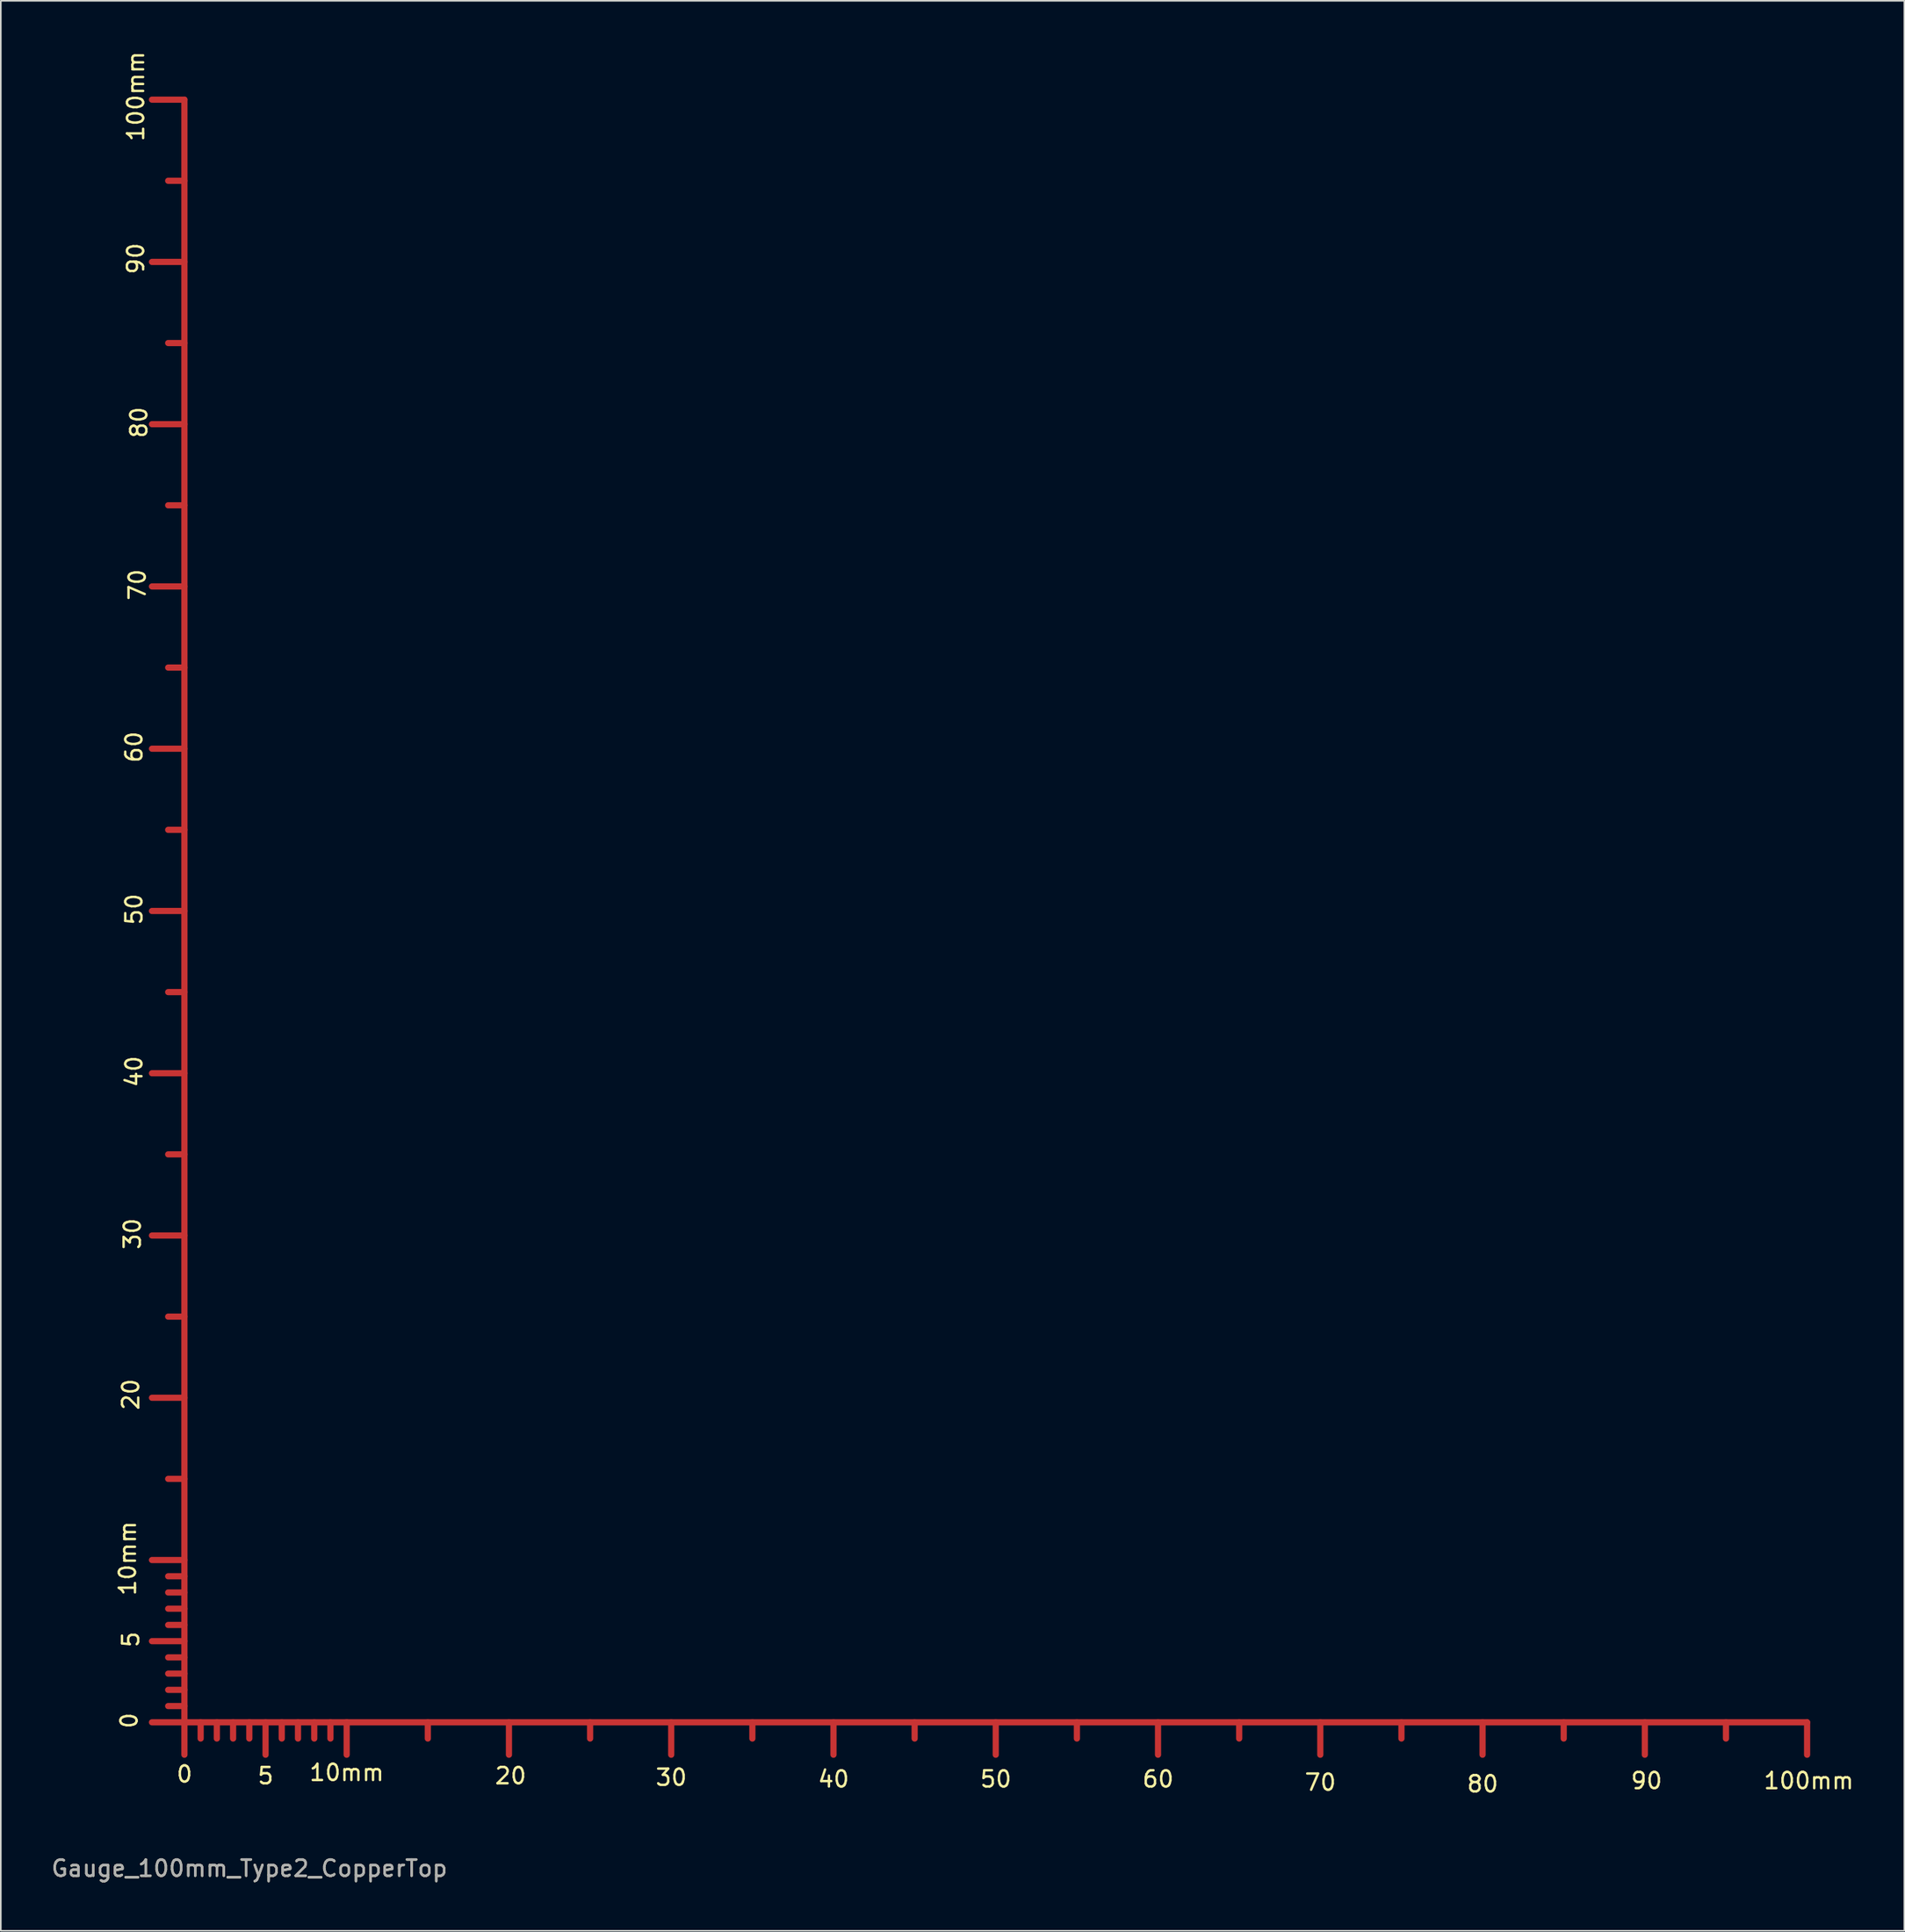
<source format=kicad_pcb>
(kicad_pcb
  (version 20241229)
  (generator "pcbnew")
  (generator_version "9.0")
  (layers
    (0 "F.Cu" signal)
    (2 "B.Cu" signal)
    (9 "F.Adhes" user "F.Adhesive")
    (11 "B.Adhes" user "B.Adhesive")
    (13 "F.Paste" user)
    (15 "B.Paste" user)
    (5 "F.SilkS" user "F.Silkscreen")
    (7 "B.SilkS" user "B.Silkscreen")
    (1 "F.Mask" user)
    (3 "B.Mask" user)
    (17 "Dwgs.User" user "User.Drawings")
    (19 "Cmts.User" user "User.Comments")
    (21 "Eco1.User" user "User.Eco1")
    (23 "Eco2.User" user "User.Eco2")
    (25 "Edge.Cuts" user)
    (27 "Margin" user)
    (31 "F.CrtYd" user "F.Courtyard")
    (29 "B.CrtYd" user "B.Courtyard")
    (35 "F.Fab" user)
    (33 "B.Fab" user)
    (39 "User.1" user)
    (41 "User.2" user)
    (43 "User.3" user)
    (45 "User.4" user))
  (footprint "Gauge_100mm_Type2_CopperTop"
    (layer "F.Cu")
    (at 8.315 103.092)
    (property "Reference" "Gauge_100mm_Type2_CopperTop" (at 4 8.999 0) (layer "F.SilkS") (effects (font (size 1 1) (thickness 0.15))))
    (attr exclude_from_pos_files exclude_from_bom)
    (fp_line (start 0 -100) (end -1.999 -100) (stroke (width 0.381) (type solid)) (layer "F.Cu"))
    (fp_line (start 0 -95.001) (end -1.001 -95.001) (stroke (width 0.381) (type solid)) (layer "F.Cu"))
    (fp_line (start 0 -90) (end -1.999 -90) (stroke (width 0.381) (type solid)) (layer "F.Cu"))
    (fp_line (start 0 -85.001) (end -1.001 -85.001) (stroke (width 0.381) (type solid)) (layer "F.Cu"))
    (fp_line (start 0 -80) (end -1.999 -80) (stroke (width 0.381) (type solid)) (layer "F.Cu"))
    (fp_line (start 0 -75.001) (end -1.001 -75.001) (stroke (width 0.381) (type solid)) (layer "F.Cu"))
    (fp_line (start 0 -70) (end -1.999 -70) (stroke (width 0.381) (type solid)) (layer "F.Cu"))
    (fp_line (start 0 -65.001) (end -1.001 -65.001) (stroke (width 0.381) (type solid)) (layer "F.Cu"))
    (fp_line (start 0 -60) (end -1.999 -60) (stroke (width 0.381) (type solid)) (layer "F.Cu"))
    (fp_line (start 0 -55.001) (end -1.001 -55.001) (stroke (width 0.381) (type solid)) (layer "F.Cu"))
    (fp_line (start 0 -50) (end -1.999 -50) (stroke (width 0.381) (type solid)) (layer "F.Cu"))
    (fp_line (start 0 -45.001) (end -1.001 -45.001) (stroke (width 0.381) (type solid)) (layer "F.Cu"))
    (fp_line (start 0 -40) (end -1.999 -40) (stroke (width 0.381) (type solid)) (layer "F.Cu"))
    (fp_line (start 0 -35.001) (end -1.001 -35.001) (stroke (width 0.381) (type solid)) (layer "F.Cu"))
    (fp_line (start 0 -30) (end -1.999 -30) (stroke (width 0.381) (type solid)) (layer "F.Cu"))
    (fp_line (start 0 -25.001) (end -1.001 -25.001) (stroke (width 0.381) (type solid)) (layer "F.Cu"))
    (fp_line (start 0 -20) (end -1.999 -20) (stroke (width 0.381) (type solid)) (layer "F.Cu"))
    (fp_line (start 0 -15.001) (end -1.001 -15.001) (stroke (width 0.381) (type solid)) (layer "F.Cu"))
    (fp_line (start 0 -10) (end -1.999 -10) (stroke (width 0.381) (type solid)) (layer "F.Cu"))
    (fp_line (start 0 -8.999) (end -1.001 -8.999) (stroke (width 0.381) (type solid)) (layer "F.Cu"))
    (fp_line (start 0 -8.001) (end -1.001 -8.001) (stroke (width 0.381) (type solid)) (layer "F.Cu"))
    (fp_line (start 0 -7) (end -1.001 -7) (stroke (width 0.381) (type solid)) (layer "F.Cu"))
    (fp_line (start 0 -5.999) (end -1.001 -5.999) (stroke (width 0.381) (type solid)) (layer "F.Cu"))
    (fp_line (start 0 -5.001) (end -1.999 -5.001) (stroke (width 0.381) (type solid)) (layer "F.Cu"))
    (fp_line (start 0 -4) (end -1.001 -4) (stroke (width 0.381) (type solid)) (layer "F.Cu"))
    (fp_line (start 0 -3) (end -1.001 -3) (stroke (width 0.381) (type solid)) (layer "F.Cu"))
    (fp_line (start 0 -1.999) (end -1.001 -1.999) (stroke (width 0.381) (type solid)) (layer "F.Cu"))
    (fp_line (start 0 -1.001) (end -1.001 -1.001) (stroke (width 0.381) (type solid)) (layer "F.Cu"))
    (fp_line (start 0 0) (end -1.999 0) (stroke (width 0.381) (type solid)) (layer "F.Cu"))
    (fp_line (start 0 0) (end 0 -100) (stroke (width 0.381) (type solid)) (layer "F.Cu"))
    (fp_line (start 0 0) (end 0 1.999) (stroke (width 0.381) (type solid)) (layer "F.Cu"))
    (fp_line (start 0 0) (end 10 0) (stroke (width 0.381) (type solid)) (layer "F.Cu"))
    (fp_line (start 1.001 0) (end 1.001 1.001) (stroke (width 0.381) (type solid)) (layer "F.Cu"))
    (fp_line (start 1.999 0) (end 1.999 1.001) (stroke (width 0.381) (type solid)) (layer "F.Cu"))
    (fp_line (start 3 0) (end 3 1.001) (stroke (width 0.381) (type solid)) (layer "F.Cu"))
    (fp_line (start 4 0) (end 4 1.001) (stroke (width 0.381) (type solid)) (layer "F.Cu"))
    (fp_line (start 5.001 0) (end 5.001 1.999) (stroke (width 0.381) (type solid)) (layer "F.Cu"))
    (fp_line (start 5.999 0) (end 5.999 1.001) (stroke (width 0.381) (type solid)) (layer "F.Cu"))
    (fp_line (start 7 0) (end 7 1.001) (stroke (width 0.381) (type solid)) (layer "F.Cu"))
    (fp_line (start 8.001 0) (end 8.001 1.001) (stroke (width 0.381) (type solid)) (layer "F.Cu"))
    (fp_line (start 8.999 0) (end 8.999 1.001) (stroke (width 0.381) (type solid)) (layer "F.Cu"))
    (fp_line (start 10 0) (end 10 1.999) (stroke (width 0.381) (type solid)) (layer "F.Cu"))
    (fp_line (start 10 0) (end 100 0) (stroke (width 0.381) (type solid)) (layer "F.Cu"))
    (fp_line (start 15.001 0) (end 15.001 1.001) (stroke (width 0.381) (type solid)) (layer "F.Cu"))
    (fp_line (start 20 0) (end 20 1.999) (stroke (width 0.381) (type solid)) (layer "F.Cu"))
    (fp_line (start 25.001 0) (end 25.001 1.001) (stroke (width 0.381) (type solid)) (layer "F.Cu"))
    (fp_line (start 30 0) (end 30 1.999) (stroke (width 0.381) (type solid)) (layer "F.Cu"))
    (fp_line (start 35.001 0) (end 35.001 1.001) (stroke (width 0.381) (type solid)) (layer "F.Cu"))
    (fp_line (start 40 0) (end 40 1.999) (stroke (width 0.381) (type solid)) (layer "F.Cu"))
    (fp_line (start 45.001 0) (end 45.001 1.001) (stroke (width 0.381) (type solid)) (layer "F.Cu"))
    (fp_line (start 50 0) (end 50 1.999) (stroke (width 0.381) (type solid)) (layer "F.Cu"))
    (fp_line (start 55.001 0) (end 55.001 1.001) (stroke (width 0.381) (type solid)) (layer "F.Cu"))
    (fp_line (start 60 0) (end 60 1.999) (stroke (width 0.381) (type solid)) (layer "F.Cu"))
    (fp_line (start 65.001 0) (end 65.001 1.001) (stroke (width 0.381) (type solid)) (layer "F.Cu"))
    (fp_line (start 70 0) (end 70 1.999) (stroke (width 0.381) (type solid)) (layer "F.Cu"))
    (fp_line (start 75.001 0) (end 75.001 1.001) (stroke (width 0.381) (type solid)) (layer "F.Cu"))
    (fp_line (start 80 0) (end 80 1.999) (stroke (width 0.381) (type solid)) (layer "F.Cu"))
    (fp_line (start 85.001 0) (end 85.001 1.001) (stroke (width 0.381) (type solid)) (layer "F.Cu"))
    (fp_line (start 90 0) (end 90 1.999) (stroke (width 0.381) (type solid)) (layer "F.Cu"))
    (fp_line (start 95.001 0) (end 95.001 1.001) (stroke (width 0.381) (type solid)) (layer "F.Cu"))
    (fp_line (start 100 0) (end 100 1.999) (stroke (width 0.381) (type solid)) (layer "F.Cu"))
    (fp_text user "40" (at -3.101 -40.104 90) (layer "F.SilkS") (effects (font (size 1 1) (thickness 0.15))))
    (fp_text user "60" (at 60.005 3.5 0) (layer "F.SilkS") (effects (font (size 1 1) (thickness 0.15))))
    (fp_text user "5" (at 5.004 3.299 0) (layer "F.SilkS") (effects (font (size 1 1) (thickness 0.15))))
    (fp_text user "80" (at -2.802 -80.104 90) (layer "F.SilkS") (effects (font (size 1 1) (thickness 0.15))))
    (fp_text user "40" (at 40.005 3.5 0) (layer "F.SilkS") (effects (font (size 1 1) (thickness 0.15))))
    (fp_text user "0" (at -3.404 -0.104 90) (layer "F.SilkS") (effects (font (size 1 1) (thickness 0.15))))
    (fp_text user "60" (at -3.101 -60.104 90) (layer "F.SilkS") (effects (font (size 1 1) (thickness 0.15))))
    (fp_text user "50" (at -3.101 -50.104 90) (layer "F.SilkS") (effects (font (size 1 1) (thickness 0.15))))
    (fp_text user "0" (at 0.005 3.198 0) (layer "F.SilkS") (effects (font (size 1 1) (thickness 0.15))))
    (fp_text user "30" (at -3.203 -30.104 90) (layer "F.SilkS") (effects (font (size 1 1) (thickness 0.15))))
    (fp_text user "10mm" (at 10.005 3.099 0) (layer "F.SilkS") (effects (font (size 1 1) (thickness 0.15))))
    (fp_text user "70" (at 70.005 3.701 0) (layer "F.SilkS") (effects (font (size 1 1) (thickness 0.15))))
    (fp_text user "90" (at -3 -90.206 90) (layer "F.SilkS") (effects (font (size 1 1) (thickness 0.15))))
    (fp_text user "20" (at -3.302 -20.203 90) (layer "F.SilkS") (effects (font (size 1 1) (thickness 0.15))))
    (fp_text user "30" (at 30.005 3.399 0) (layer "F.SilkS") (effects (font (size 1 1) (thickness 0.15))))
    (fp_text user "100mm" (at 100.106 3.602 0) (layer "F.SilkS") (effects (font (size 1 1) (thickness 0.15))))
    (fp_text user "50" (at 50.005 3.5 0) (layer "F.SilkS") (effects (font (size 1 1) (thickness 0.15))))
    (fp_text user "5" (at -3.302 -5.103 90) (layer "F.SilkS") (effects (font (size 1 1) (thickness 0.15))))
    (fp_text user "80" (at 80.005 3.8 0) (layer "F.SilkS") (effects (font (size 1 1) (thickness 0.15))))
    (fp_text user "100mm" (at -3 -100.206 90) (layer "F.SilkS") (effects (font (size 1 1) (thickness 0.15))))
    (fp_text user "90" (at 90.106 3.602 0) (layer "F.SilkS") (effects (font (size 1 1) (thickness 0.15))))
    (fp_text user "10mm" (at -3.503 -10.104 90) (layer "F.SilkS") (effects (font (size 1 1) (thickness 0.15))))
    (fp_text user "70" (at -2.901 -70.104 90) (layer "F.SilkS") (effects (font (size 1 1) (thickness 0.15))))
    (fp_text user "20" (at 20.104 3.299 0) (layer "F.SilkS") (effects (font (size 1 1) (thickness 0.15))))
    (fp_text user "${REFERENCE}" (at 4 8.999 0) (layer "F.Fab") (effects (font (size 1 1) (thickness 0.15)))))
  (gr_rect
    (start -3 -3)
    (end 114.308 115.94)
    (stroke (width 0.1) (type default))
    (fill no)
    (layer "Edge.Cuts")))
</source>
